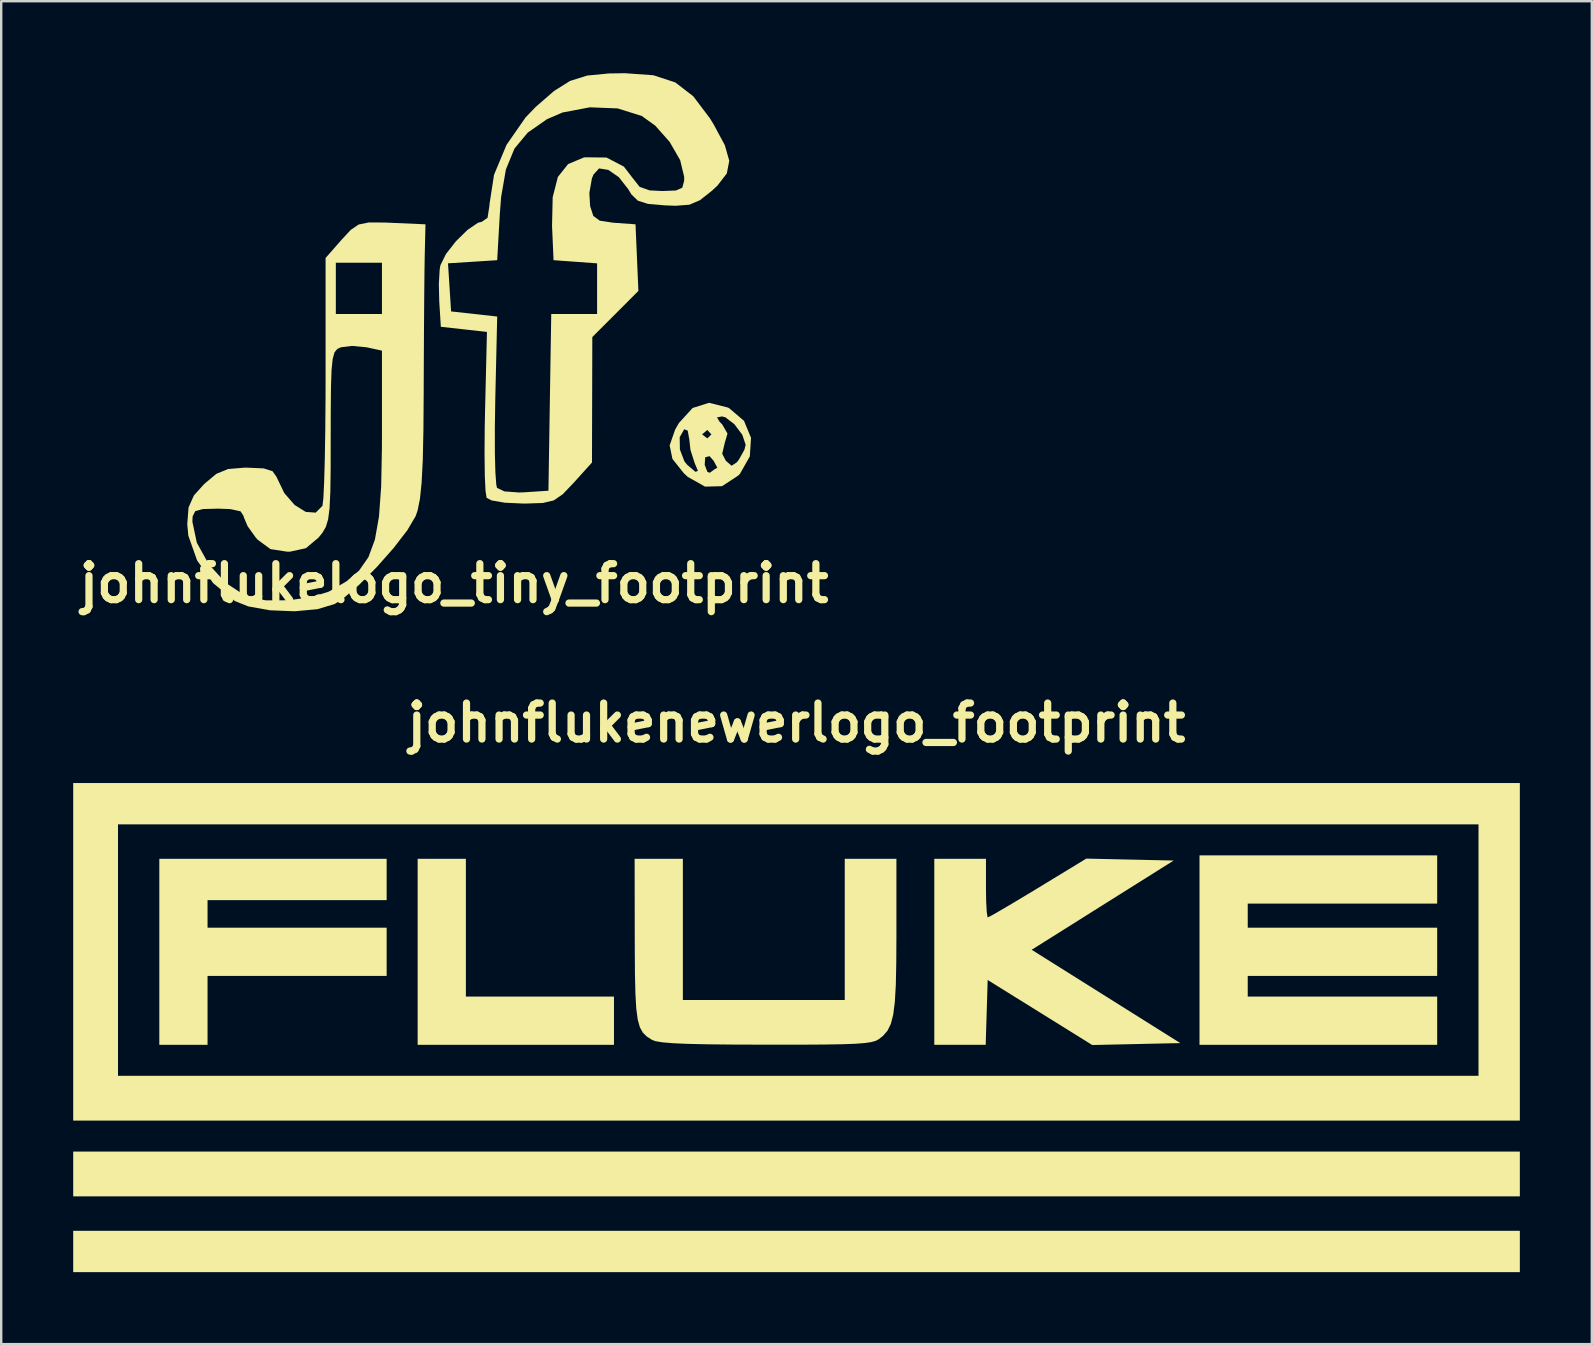
<source format=kicad_pcb>
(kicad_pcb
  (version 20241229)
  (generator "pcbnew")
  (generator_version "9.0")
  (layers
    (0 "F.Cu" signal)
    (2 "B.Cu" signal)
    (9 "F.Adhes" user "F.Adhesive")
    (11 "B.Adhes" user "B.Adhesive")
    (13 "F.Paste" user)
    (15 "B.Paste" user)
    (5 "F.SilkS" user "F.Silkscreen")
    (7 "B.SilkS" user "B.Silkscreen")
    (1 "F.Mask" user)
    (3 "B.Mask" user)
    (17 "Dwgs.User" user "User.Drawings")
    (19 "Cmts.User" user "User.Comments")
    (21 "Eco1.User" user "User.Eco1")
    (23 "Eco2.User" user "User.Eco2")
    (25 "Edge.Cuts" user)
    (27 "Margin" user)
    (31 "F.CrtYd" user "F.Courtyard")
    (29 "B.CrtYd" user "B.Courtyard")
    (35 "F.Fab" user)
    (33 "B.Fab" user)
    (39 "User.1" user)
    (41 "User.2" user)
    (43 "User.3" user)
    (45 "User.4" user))
  (footprint "johnflukelogo_tiny_footprint"
    (layer "F.Cu")
    (at 15.851 10.245)
    (property "Reference" "johnflukelogo_tiny_footprint" (at 0.02 11.01 0) (layer "F.SilkS") (effects (font (size 1.5 1.5) (thickness 0.3))))
    (attr board_only exclude_from_pos_files exclude_from_bom)
    (fp_poly (pts (xy 11.427 3.685) (xy 11.477 3.71) (xy 12.097 4.239) (xy 12.389 4.946) (xy 12.34 5.718) (xy 11.932 6.439) (xy 11.856 6.52) (xy 11.181 6.961) (xy 10.475 6.98) (xy 9.757 6.576) (xy 9.589 6.42) (xy 9.115 5.825) (xy 8.999 5.263) (xy 9.117 4.922) (xy 9.417 4.922) (xy 9.426 5.433) (xy 9.615 5.929) (xy 9.727 6.068) (xy 10.074 6.363) (xy 10.177 6.325) (xy 10.072 6.071) (xy 10.459 6.071) (xy 10.57 6.363) (xy 10.672 6.403) (xy 10.88 6.25) (xy 10.986 6.193) (xy 10.831 5.903) (xy 10.662 5.71) (xy 10.48 5.758) (xy 10.459 6.071) (xy 10.072 6.071) (xy 10.039 5.991) (xy 9.866 5.45) (xy 9.818 5.017) (xy 9.78 4.803) (xy 10.35 4.803) (xy 10.57 4.97) (xy 10.74 4.803) (xy 10.566 4.62) (xy 10.35 4.803) (xy 9.78 4.803) (xy 9.752 4.646) (xy 9.605 4.589) (xy 9.417 4.922) (xy 9.117 4.922) (xy 9.227 4.605) (xy 9.386 4.328) (xy 9.598 4.095) (xy 10.971 4.095) (xy 11.082 4.28) (xy 11.19 4.39) (xy 11.409 4.767) (xy 11.297 5.151) (xy 11.188 5.609) (xy 11.34 5.903) (xy 11.58 6.11) (xy 11.797 5.968) (xy 11.888 5.848) (xy 12.114 5.443) (xy 12.166 5.236) (xy 12.025 4.817) (xy 11.695 4.379) (xy 11.319 4.09) (xy 11.179 4.055) (xy 10.971 4.095) (xy 9.598 4.095) (xy 9.955 3.704) (xy 10.641 3.487)) (stroke (width 0) (type solid)) (fill yes) (layer "F.SilkS"))
    (fp_poly (pts (xy -2.887 -4.024) (xy -2.585 -4.011) (xy -1.174 -3.949) (xy -1.205 -2.668) (xy -1.215 -2.056) (xy -1.225 -1.107) (xy -1.234 0.09) (xy -1.242 1.445) (xy -1.248 2.869) (xy -1.248 3.024) (xy -1.26 4.639) (xy -1.287 5.883) (xy -1.335 6.816) (xy -1.405 7.493) (xy -1.502 7.972) (xy -1.583 8.208) (xy -1.928 8.794) (xy -2.503 9.54) (xy -3.207 10.335) (xy -3.939 11.071) (xy -4.599 11.637) (xy -4.952 11.868) (xy -5.675 12.086) (xy -6.629 12.173) (xy -7.647 12.132) (xy -8.559 11.97) (xy -9.118 11.746) (xy -10.02 11) (xy -10.69 10.052) (xy -11.055 9.023) (xy -11.099 8.548) (xy -11.091 8.44) (xy -10.886 8.44) (xy -10.7 9.318) (xy -10.206 10.21) (xy -9.497 10.99) (xy -8.669 11.532) (xy -8.538 11.585) (xy -7.827 11.718) (xy -6.909 11.715) (xy -5.977 11.592) (xy -5.224 11.363) (xy -5.168 11.335) (xy -4.474 10.932) (xy -3.942 10.48) (xy -3.551 9.919) (xy -3.281 9.188) (xy -3.111 8.227) (xy -3.02 6.975) (xy -2.989 5.373) (xy -2.988 4.933) (xy -2.988 1.315) (xy -3.624 1.175) (xy -4.233 1.117) (xy -4.691 1.172) (xy -4.849 1.244) (xy -4.963 1.384) (xy -5.04 1.656) (xy -5.087 2.121) (xy -5.112 2.841) (xy -5.121 3.878) (xy -5.123 4.912) (xy -5.125 6.234) (xy -5.138 7.2) (xy -5.171 7.879) (xy -5.23 8.343) (xy -5.326 8.66) (xy -5.467 8.902) (xy -5.629 9.102) (xy -6.155 9.544) (xy -6.81 9.688) (xy -6.937 9.69) (xy -7.632 9.583) (xy -8.163 9.194) (xy -8.245 9.102) (xy -8.584 8.629) (xy -8.748 8.242) (xy -8.751 8.206) (xy -8.879 8.009) (xy -9.308 7.915) (xy -9.818 7.897) (xy -10.452 7.914) (xy -10.767 8.002) (xy -10.875 8.217) (xy -10.886 8.44) (xy -11.091 8.44) (xy -11.046 7.849) (xy -10.822 7.346) (xy -10.395 6.872) (xy -9.89 6.448) (xy -9.398 6.246) (xy -8.715 6.19) (xy -8.595 6.19) (xy -7.916 6.22) (xy -7.547 6.337) (xy -7.377 6.577) (xy -7.369 6.599) (xy -7.057 7.248) (xy -6.626 7.744) (xy -6.161 8.033) (xy -5.747 8.063) (xy -5.469 7.783) (xy -5.466 7.773) (xy -5.429 7.471) (xy -5.396 6.806) (xy -5.369 5.843) (xy -5.349 4.647) (xy -5.338 3.282) (xy -5.336 2.445) (xy -5.336 -1.281) (xy -4.909 -1.281) (xy -4.909 -0.213) (xy -3.949 -0.213) (xy -2.988 -0.213) (xy -2.988 -1.281) (xy -2.988 -2.348) (xy -3.949 -2.348) (xy -4.909 -2.348) (xy -4.909 -1.281) (xy -5.336 -1.281) (xy -5.336 -2.546) (xy -4.666 -3.31) (xy -4.286 -3.718) (xy -3.958 -3.941) (xy -3.54 -4.027)) (stroke (width 0) (type solid)) (fill yes) (layer "F.SilkS"))
    (fp_poly (pts (xy 8.321 -10.16) (xy 9.234 -9.861) (xy 9.982 -9.285) (xy 10.676 -8.367) (xy 10.832 -8.113) (xy 11.299 -7.244) (xy 11.483 -6.596) (xy 11.38 -6.068) (xy 10.989 -5.561) (xy 10.76 -5.348) (xy 10.264 -4.956) (xy 9.821 -4.766) (xy 9.244 -4.722) (xy 8.802 -4.739) (xy 8.094 -4.801) (xy 7.675 -4.933) (xy 7.405 -5.195) (xy 7.269 -5.42) (xy 6.883 -5.912) (xy 6.445 -6.216) (xy 6.058 -6.278) (xy 5.827 -6.023) (xy 5.761 -5.866) (xy 5.653 -5.255) (xy 5.686 -4.707) (xy 5.818 -4.299) (xy 6.087 -4.101) (xy 6.632 -4.018) (xy 6.695 -4.013) (xy 7.577 -3.949) (xy 7.637 -2.561) (xy 7.697 -1.174) (xy 6.737 -0.213) (xy 5.777 0.747) (xy 5.77 3.361) (xy 5.763 5.975) (xy 4.991 6.83) (xy 4.544 7.297) (xy 4.171 7.553) (xy 3.715 7.661) (xy 3.017 7.684) (xy 2.869 7.684) (xy 2.128 7.649) (xy 1.585 7.556) (xy 1.373 7.447) (xy 1.328 7.162) (xy 1.298 6.528) (xy 1.287 5.627) (xy 1.294 4.536) (xy 1.307 3.872) (xy 1.387 0.534) (xy 0.427 0.427) (xy -0.534 0.32) (xy -0.6 -0.733) (xy -0.617 -1.454) (xy -0.583 -2.061) (xy -0.552 -2.243) (xy -0.512 -2.324) (xy -0.236 -2.324) (xy -0.171 -1.322) (xy -0.107 -0.32) (xy 0.854 -0.213) (xy 1.814 -0.107) (xy 1.734 3.338) (xy 1.716 4.52) (xy 1.717 5.558) (xy 1.738 6.375) (xy 1.775 6.893) (xy 1.806 7.031) (xy 2.114 7.178) (xy 2.72 7.224) (xy 2.954 7.215) (xy 3.949 7.15) (xy 4.007 3.468) (xy 4.066 -0.213) (xy 5.021 -0.213) (xy 5.976 -0.213) (xy 5.976 -1.268) (xy 5.976 -2.323) (xy 5.069 -2.389) (xy 4.162 -2.455) (xy 4.099 -3.887) (xy 4.126 -5.079) (xy 4.342 -5.922) (xy 4.768 -6.459) (xy 5.425 -6.734) (xy 5.46 -6.741) (xy 6.367 -6.732) (xy 7.092 -6.353) (xy 7.483 -5.846) (xy 7.748 -5.51) (xy 8.163 -5.363) (xy 8.681 -5.336) (xy 9.258 -5.358) (xy 9.526 -5.474) (xy 9.602 -5.76) (xy 9.605 -5.927) (xy 9.437 -6.621) (xy 9.001 -7.381) (xy 8.399 -8.06) (xy 7.838 -8.463) (xy 6.833 -8.778) (xy 5.674 -8.824) (xy 4.536 -8.608) (xy 3.885 -8.327) (xy 3.088 -7.771) (xy 2.533 -7.104) (xy 2.177 -6.237) (xy 1.977 -5.084) (xy 1.923 -4.376) (xy 1.814 -2.455) (xy 0.789 -2.389) (xy -0.236 -2.324) (xy -0.512 -2.324) (xy -0.322 -2.71) (xy 0.094 -3.243) (xy 0.579 -3.718) (xy 1.015 -4.014) (xy 1.176 -4.055) (xy 1.413 -4.222) (xy 1.494 -4.749) (xy 1.494 -4.795) (xy 1.682 -6.013) (xy 2.203 -7.26) (xy 2.996 -8.402) (xy 3.416 -8.838) (xy 4.182 -9.504) (xy 4.848 -9.922) (xy 5.562 -10.147) (xy 6.469 -10.235) (xy 7.133 -10.245)) (stroke (width 0) (type solid)) (fill yes) (layer "F.SilkS")))
  (footprint "johnflukenewerlogo_footprint"
    (layer "F.Cu")
    (at 30.136 39.763)
    (property "Reference" "johnflukenewerlogo_footprint" (at 0 -12.7 0) (layer "F.SilkS") (effects (font (size 1.5 1.5) (thickness 0.3))))
    (attr board_only exclude_from_pos_files exclude_from_bom)
    (fp_poly (pts (xy 30.136 6.099) (xy 30.136 7.032) (xy 0 7.032) (xy -30.136 7.032) (xy -30.136 6.099) (xy -30.136 5.166) (xy 0 5.166) (xy 30.136 5.166)) (stroke (width 0) (type solid)) (fill yes) (layer "F.SilkS"))
    (fp_poly (pts (xy 30.136 9.328) (xy 30.136 10.189) (xy 0 10.189) (xy -30.136 10.189) (xy -30.136 9.328) (xy -30.136 8.467) (xy 0 8.467) (xy 30.136 8.467)) (stroke (width 0) (type solid)) (fill yes) (layer "F.SilkS"))
    (fp_poly (pts (xy -13.776 -4.162) (xy -13.776 -1.292) (xy -10.691 -1.292) (xy -7.606 -1.292) (xy -7.606 -0.287) (xy -7.606 0.718) (xy -11.695 0.718) (xy -15.785 0.718) (xy -15.785 -3.157) (xy -15.785 -7.032) (xy -14.781 -7.032) (xy -13.776 -7.032)) (stroke (width 0) (type solid)) (fill yes) (layer "F.SilkS"))
    (fp_poly (pts (xy 30.136 -3.157) (xy 30.136 3.875) (xy 0 3.875) (xy -30.136 3.875) (xy -30.136 -3.157) (xy -30.136 -8.467) (xy -28.27 -8.467) (xy -28.27 -3.229) (xy -28.27 2.009) (xy 0.072 2.009) (xy 28.414 2.009) (xy 28.414 -3.229) (xy 28.414 -8.467) (xy 0.072 -8.467) (xy -28.27 -8.467) (xy -30.136 -8.467) (xy -30.136 -10.189) (xy 0 -10.189) (xy 30.136 -10.189)) (stroke (width 0) (type solid)) (fill yes) (layer "F.SilkS"))
    (fp_poly (pts (xy -17.077 -6.171) (xy -17.077 -5.31) (xy -20.808 -5.31) (xy -24.539 -5.31) (xy -24.539 -4.736) (xy -24.539 -4.162) (xy -20.808 -4.162) (xy -17.077 -4.162) (xy -17.077 -3.157) (xy -17.077 -2.153) (xy -20.808 -2.153) (xy -24.539 -2.153) (xy -24.539 -0.718) (xy -24.539 0.718) (xy -25.544 0.718) (xy -26.548 0.718) (xy -26.548 -3.157) (xy -26.548 -7.032) (xy -21.812 -7.032) (xy -17.077 -7.032)) (stroke (width 0) (type solid)) (fill yes) (layer "F.SilkS"))
    (fp_poly (pts (xy 26.692 -6.171) (xy 26.692 -5.166) (xy 22.745 -5.166) (xy 18.799 -5.166) (xy 18.799 -4.664) (xy 18.799 -4.162) (xy 22.745 -4.162) (xy 26.692 -4.162) (xy 26.692 -3.157) (xy 26.692 -2.153) (xy 22.745 -2.153) (xy 18.799 -2.153) (xy 18.799 -1.722) (xy 18.799 -1.292) (xy 22.745 -1.292) (xy 26.692 -1.292) (xy 26.692 -0.287) (xy 26.692 0.718) (xy 21.741 0.718) (xy 16.79 0.718) (xy 16.79 -3.229) (xy 16.79 -7.175) (xy 21.741 -7.175) (xy 26.692 -7.175)) (stroke (width 0) (type solid)) (fill yes) (layer "F.SilkS"))
    (fp_poly (pts (xy 13.893 -7) (xy 15.714 -6.96) (xy 12.755 -5.101) (xy 9.797 -3.242) (xy 12.893 -1.298) (xy 15.988 0.646) (xy 14.154 0.686) (xy 12.32 0.726) (xy 10.142 -0.629) (xy 7.964 -1.983) (xy 7.923 -0.633) (xy 7.882 0.718) (xy 6.811 0.718) (xy 5.74 0.718) (xy 5.74 -3.157) (xy 5.74 -7.032) (xy 6.816 -7.032) (xy 7.893 -7.032) (xy 7.893 -5.812) (xy 7.901 -5.261) (xy 7.924 -4.839) (xy 7.956 -4.613) (xy 7.971 -4.592) (xy 8.114 -4.663) (xy 8.458 -4.859) (xy 8.963 -5.156) (xy 9.584 -5.528) (xy 10.06 -5.816) (xy 12.072 -7.04)) (stroke (width 0) (type solid)) (fill yes) (layer "F.SilkS"))
    (fp_poly (pts (xy -4.736 -4.09) (xy -4.736 -1.148) (xy -1.363 -1.148) (xy 2.009 -1.148) (xy 2.009 -4.09) (xy 2.009 -7.032) (xy 3.085 -7.032) (xy 4.162 -7.032) (xy 4.162 -3.87) (xy 4.156 -2.698) (xy 4.137 -1.776) (xy 4.096 -1.069) (xy 4.029 -0.539) (xy 3.929 -0.152) (xy 3.79 0.13) (xy 3.606 0.343) (xy 3.427 0.484) (xy 3.302 0.551) (xy 3.117 0.604) (xy 2.842 0.644) (xy 2.444 0.674) (xy 1.893 0.694) (xy 1.155 0.706) (xy 0.201 0.712) (xy -1.002 0.713) (xy -1.288 0.712) (xy -2.615 0.708) (xy -3.682 0.697) (xy -4.514 0.679) (xy -5.138 0.652) (xy -5.581 0.615) (xy -5.867 0.568) (xy -6.011 0.517) (xy -6.229 0.38) (xy -6.399 0.216) (xy -6.526 -0.011) (xy -6.616 -0.336) (xy -6.677 -0.795) (xy -6.713 -1.424) (xy -6.732 -2.258) (xy -6.739 -3.333) (xy -6.74 -3.695) (xy -6.745 -7.032) (xy -5.74 -7.032) (xy -4.736 -7.032)) (stroke (width 0) (type solid)) (fill yes) (layer "F.SilkS")))
  (gr_rect
    (start -3 -3)
    (end 63.271 52.952)
    (stroke (width 0.1) (type default))
    (fill no)
    (layer "Edge.Cuts")))
</source>
